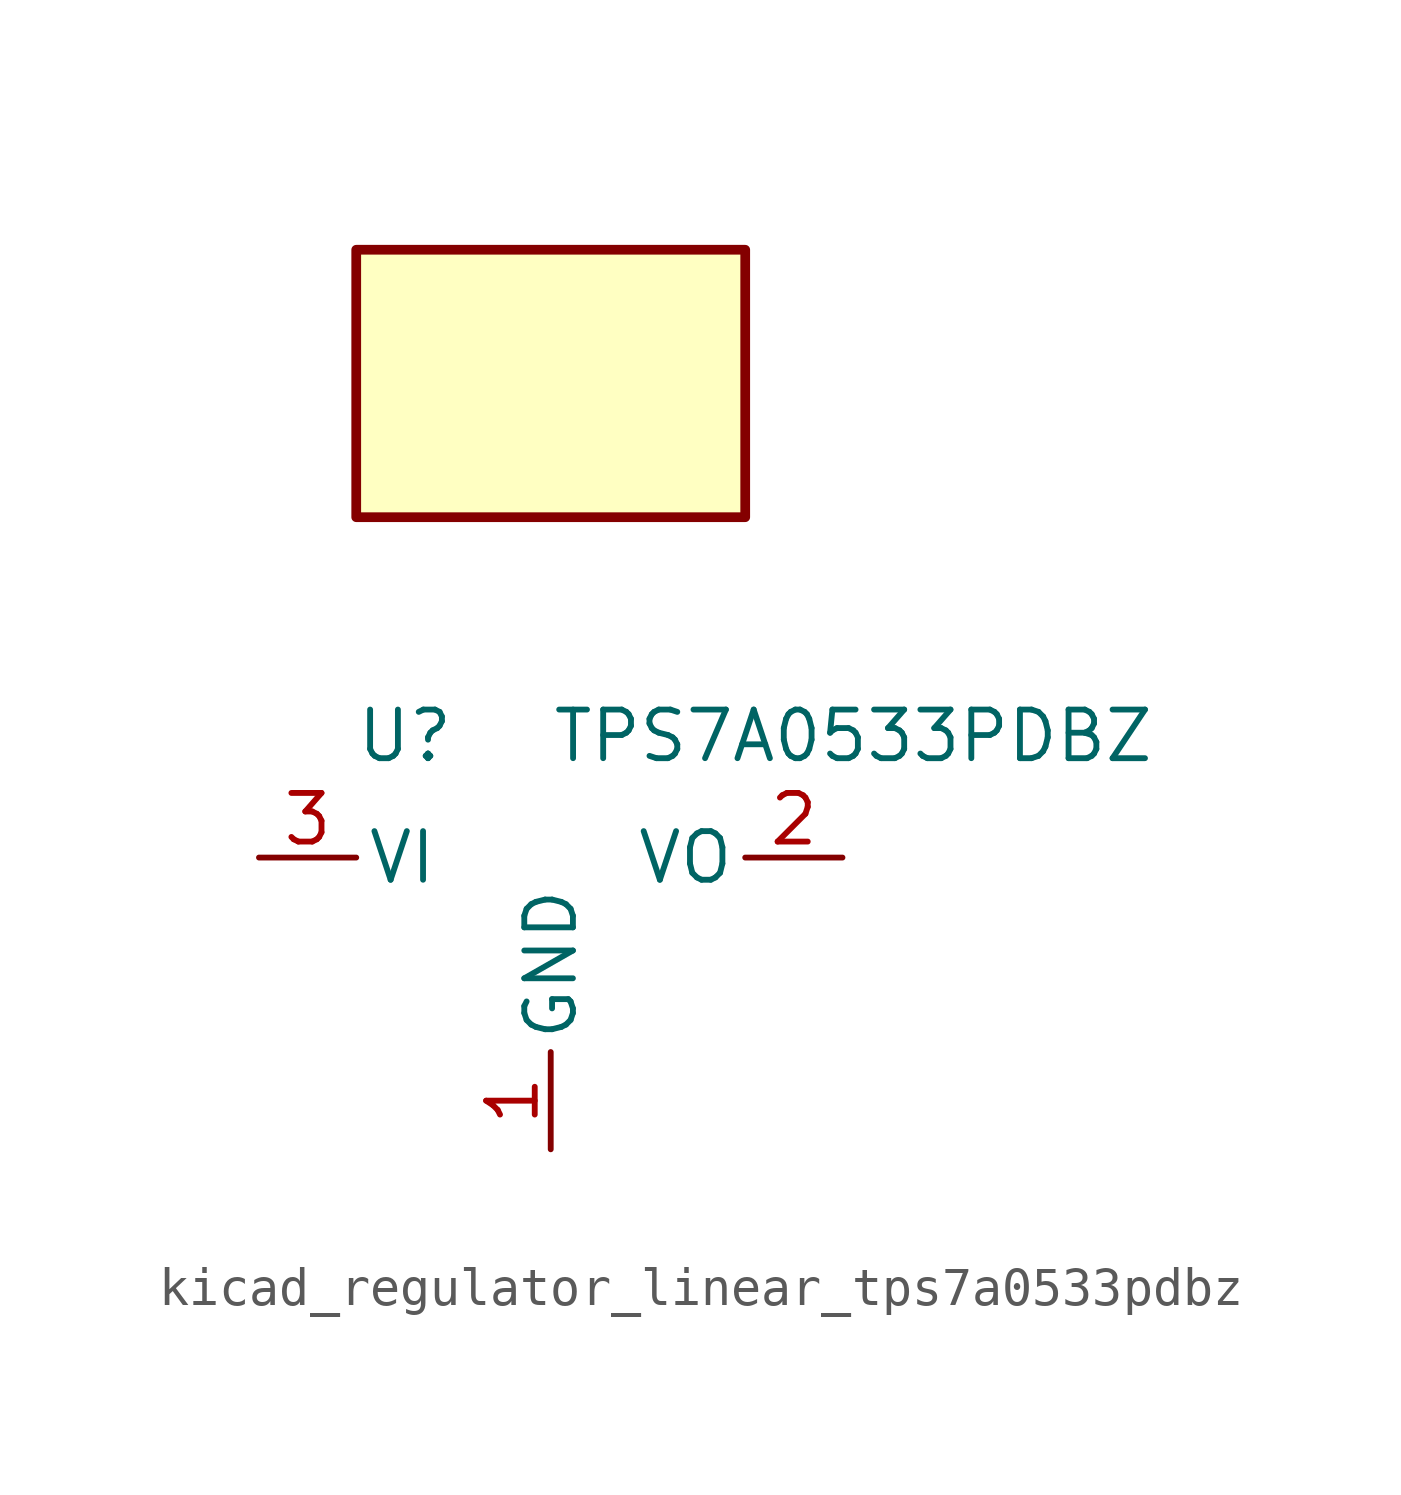
<source format=kicad_sym>
(kicad_symbol_lib
  (version 20220914)
  (generator kicad_symbol_editor)
  (symbol "kicad_regulator_linear_tps7a0533pdbz"
    (pin_names
      (offset 0.254))
    (property "Reference" "U"
      (at -3.81 3.175 0)
      (effects (font (size 1.27 1.27))))
    (property "Value" "TPS7A0533PDBZ"
      (at 0 3.175 0)
      (effects (font (size 1.27 1.27)) (justify left)))
    (symbol "kicad_regulator_linear_tps7a0533pdbz_0_1"
      (rectangle (start 5.08 15.875) (end -5.08 8.89) (stroke (width 0.254) (type default)) (fill (type background))))
    (symbol "kicad_regulator_linear_tps7a0533pdbz_1_1"
      (pin power_in line (at 0 -7.62 90) (length 2.54) (name "GND" (effects (font (size 1.27 1.27)))) (number "1" (effects (font (size 1.27 1.27)))))
      (pin power_out line (at 7.62 0 180) (length 2.54) (name "VO" (effects (font (size 1.27 1.27)))) (number "2" (effects (font (size 1.27 1.27)))))
      (pin power_in line (at -7.62 0 0) (length 2.54) (name "VI" (effects (font (size 1.27 1.27)))) (number "3" (effects (font (size 1.27 1.27))))))))
</source>
